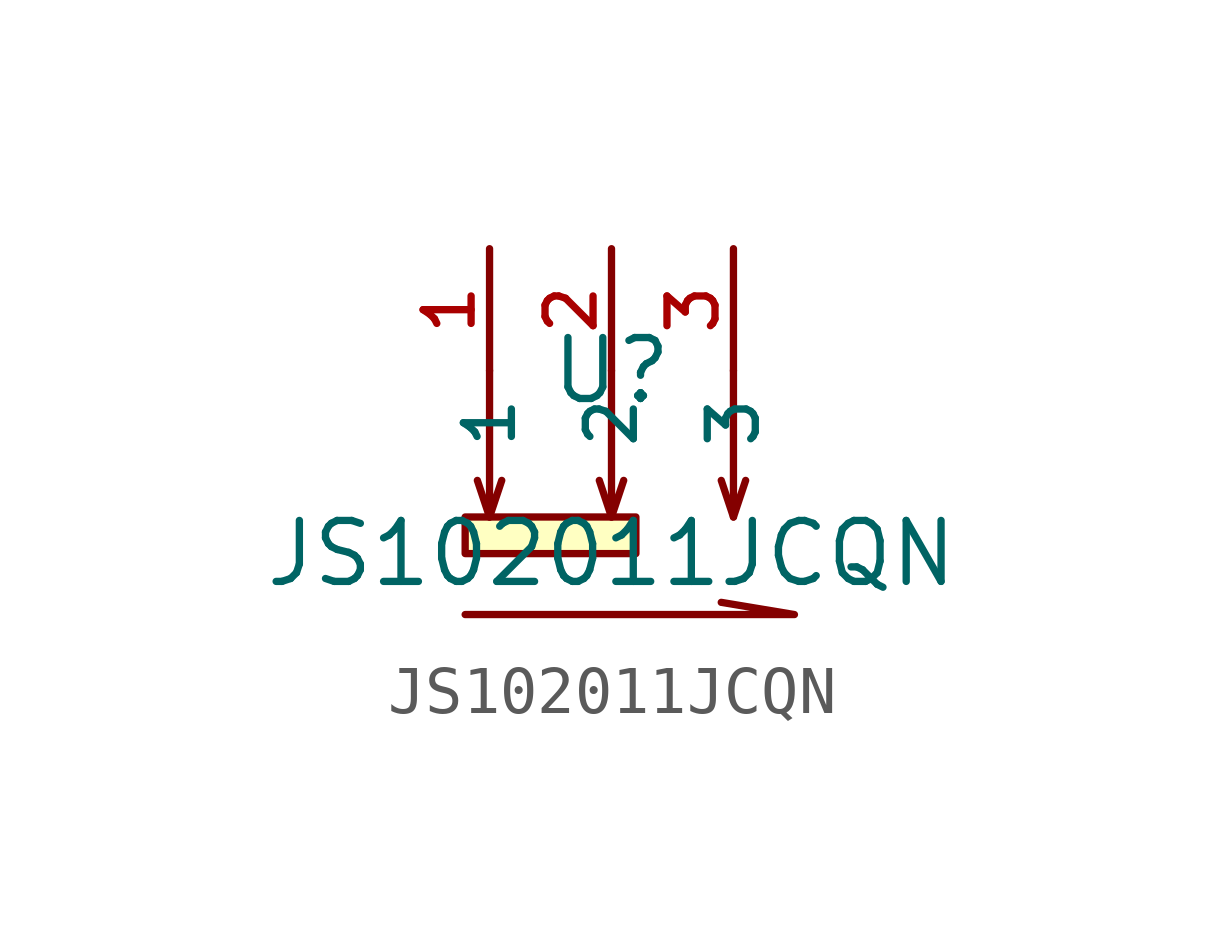
<source format=kicad_sym>
(kicad_symbol_lib
  (version 20210201)
  (generator TousstNicolas/JLC2KiCad_lib)
  (symbol "JS102011JCQN"
    (property "Reference" "U"
      (at 0 1.27 0)
      (effects (font (size 1.27 1.27))))
    (property "Value" "JS102011JCQN"
      (at 0 -2.54 0)
      (effects (font (size 1.27 1.27))))
    (symbol "JS102011JCQN_0_1"
      (polyline (pts (xy -3.048 -3.81) (xy 3.81 -3.81) (xy 2.286 -3.556)) (stroke (width 0) (type default) (color 0 0 0 0)) (fill (type none)))
      (rectangle (start -3.048 -1.778) (end 0.508 -2.54) (stroke (width 0) (type default) (color 0 0 0 0)) (fill (type background)))
      (polyline (pts (xy -2.54 1.27) (xy -2.54 -1.778) (xy -2.286 -1.016)) (stroke (width 0) (type default) (color 0 0 0 0)) (fill (type none)))
      (polyline (pts (xy -2.54 -1.778) (xy -2.794 -1.016)) (stroke (width 0) (type default) (color 0 0 0 0)) (fill (type none)))
      (polyline (pts (xy 0.0 1.27) (xy 0.0 -1.778) (xy 0.254 -1.016)) (stroke (width 0) (type default) (color 0 0 0 0)) (fill (type none)))
      (polyline (pts (xy 0.0 -1.778) (xy -0.254 -1.016)) (stroke (width 0) (type default) (color 0 0 0 0)) (fill (type none)))
      (polyline (pts (xy 2.54 1.27) (xy 2.54 -1.778) (xy 2.794 -1.016)) (stroke (width 0) (type default) (color 0 0 0 0)) (fill (type none)))
      (polyline (pts (xy 2.54 -1.778) (xy 2.286 -1.016)) (stroke (width 0) (type default) (color 0 0 0 0)) (fill (type none)))
      (pin unspecified line (at -2.54 3.81 270) (length 2.54) (name "1" (effects (font (size 1 1)))) (number "1" (effects (font (size 1 1)))))
      (pin unspecified line (at 0.0 3.81 270) (length 2.54) (name "2" (effects (font (size 1 1)))) (number "2" (effects (font (size 1 1)))))
      (pin unspecified line (at 2.54 3.81 270) (length 2.54) (name "3" (effects (font (size 1 1)))) (number "3" (effects (font (size 1 1))))))))
</source>
